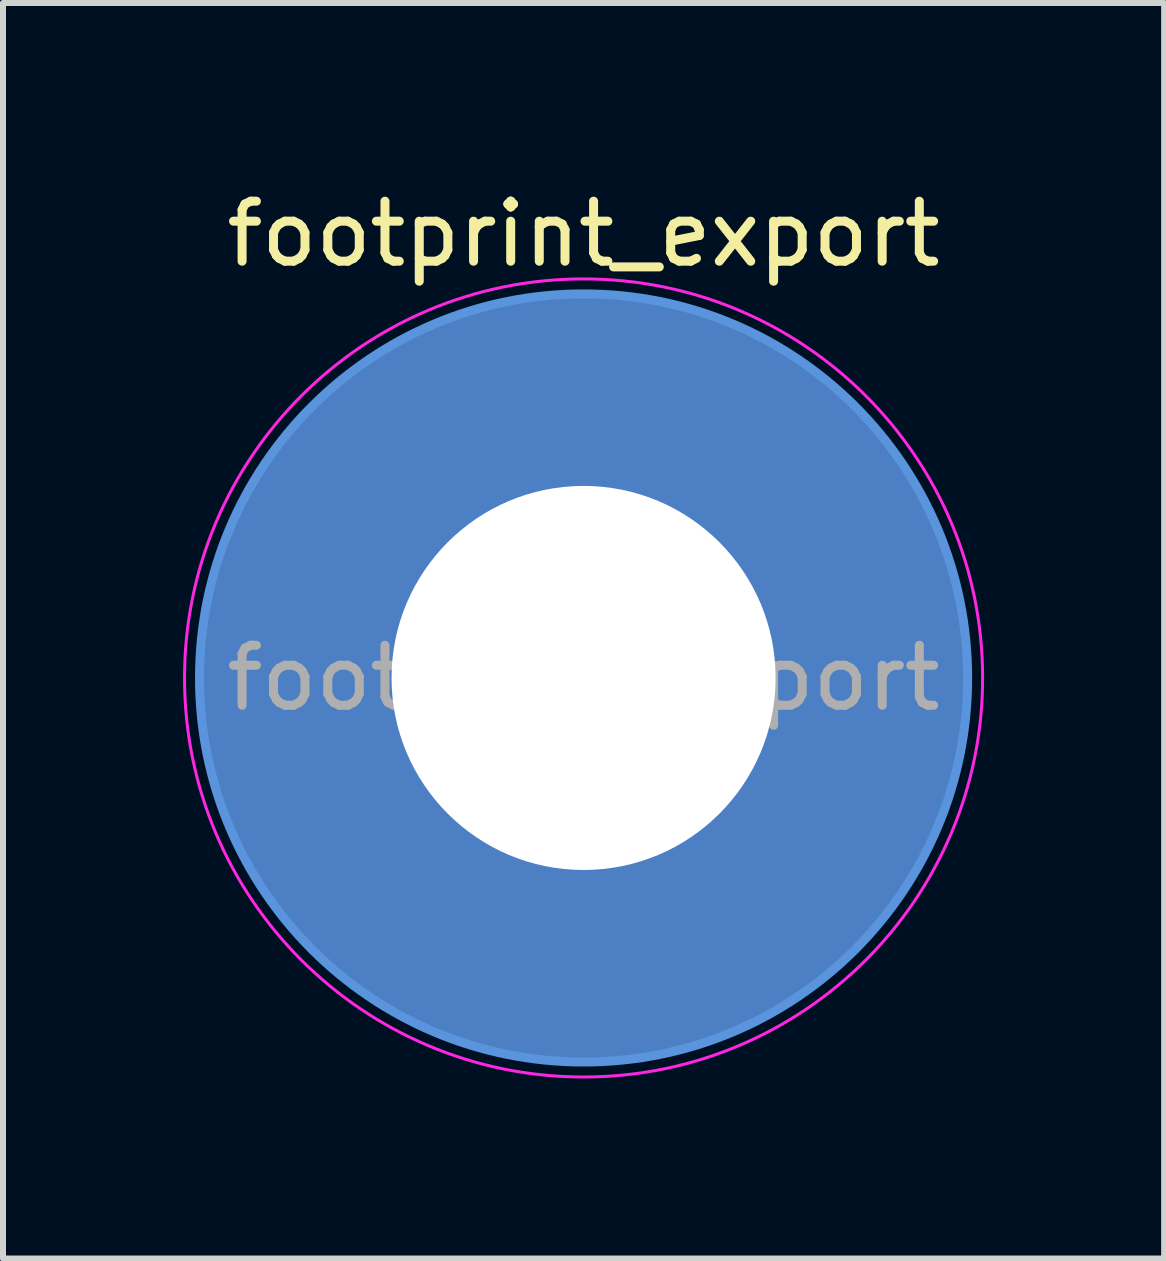
<source format=kicad_pcb>
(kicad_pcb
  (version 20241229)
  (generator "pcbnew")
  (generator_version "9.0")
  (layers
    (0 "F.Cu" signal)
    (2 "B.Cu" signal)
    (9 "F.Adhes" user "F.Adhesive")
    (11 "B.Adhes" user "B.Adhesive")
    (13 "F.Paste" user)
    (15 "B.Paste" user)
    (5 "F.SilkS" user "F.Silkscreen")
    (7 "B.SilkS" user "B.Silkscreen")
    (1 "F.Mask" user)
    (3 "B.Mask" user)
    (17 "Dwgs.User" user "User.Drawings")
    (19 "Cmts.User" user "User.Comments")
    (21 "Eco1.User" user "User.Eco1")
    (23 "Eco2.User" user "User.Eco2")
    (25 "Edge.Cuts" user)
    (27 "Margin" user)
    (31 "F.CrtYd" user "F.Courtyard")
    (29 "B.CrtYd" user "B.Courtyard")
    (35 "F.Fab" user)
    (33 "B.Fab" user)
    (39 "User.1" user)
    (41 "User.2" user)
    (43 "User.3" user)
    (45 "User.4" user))
  (footprint "footprint_export"
    (layer "F.Cu")
    (at 6.675 8.248)
    (property "Reference" "footprint_export" (at 0 -7.4 0) (layer "F.SilkS") (effects (font (size 1 1) (thickness 0.15))))
    (attr exclude_from_pos_files exclude_from_bom)
    (fp_circle (center 0 0) (end 6.4 0) (stroke (width 0.15) (type solid)) (fill no) (layer "Cmts.User"))
    (fp_circle (center 0 0) (end 6.65 0) (stroke (width 0.05) (type solid)) (fill no) (layer "F.CrtYd"))
    (fp_text user "${REFERENCE}" (at 0 0 0) (layer "F.Fab") (effects (font (size 1 1) (thickness 0.15))))
    (pad "1" thru_hole circle (at 0 0) (size 12.8 12.8) (drill 6.4) (layers "*.Cu" "*.Mask")))
  (gr_rect
    (start -3 -3)
    (end 16.35 17.923)
    (stroke (width 0.1) (type default))
    (fill no)
    (layer "Edge.Cuts")))
</source>
